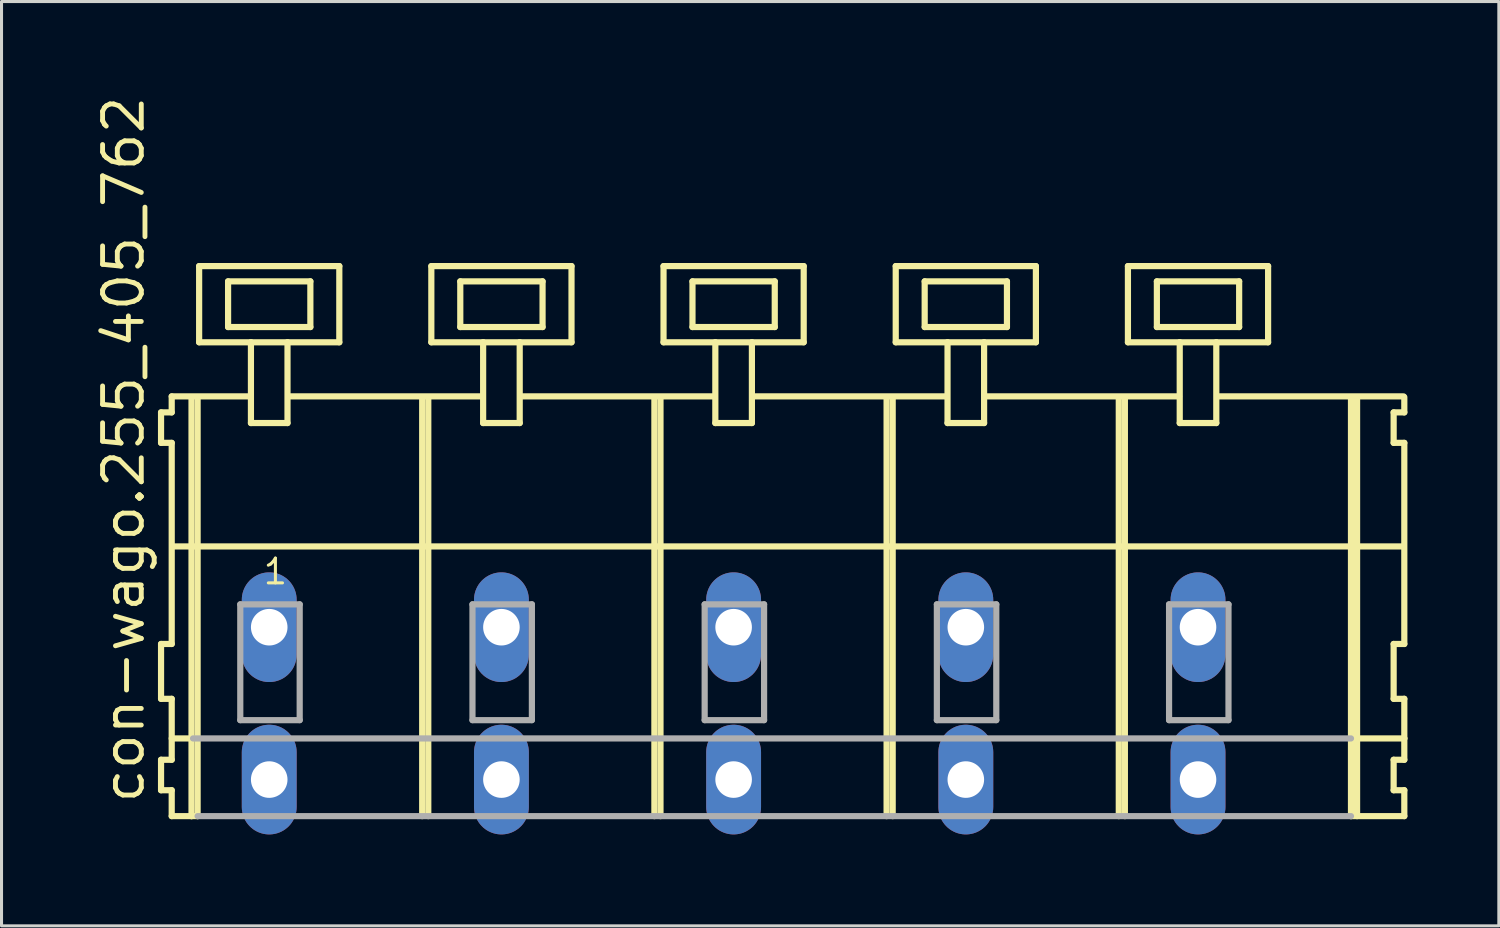
<source format=kicad_pcb>
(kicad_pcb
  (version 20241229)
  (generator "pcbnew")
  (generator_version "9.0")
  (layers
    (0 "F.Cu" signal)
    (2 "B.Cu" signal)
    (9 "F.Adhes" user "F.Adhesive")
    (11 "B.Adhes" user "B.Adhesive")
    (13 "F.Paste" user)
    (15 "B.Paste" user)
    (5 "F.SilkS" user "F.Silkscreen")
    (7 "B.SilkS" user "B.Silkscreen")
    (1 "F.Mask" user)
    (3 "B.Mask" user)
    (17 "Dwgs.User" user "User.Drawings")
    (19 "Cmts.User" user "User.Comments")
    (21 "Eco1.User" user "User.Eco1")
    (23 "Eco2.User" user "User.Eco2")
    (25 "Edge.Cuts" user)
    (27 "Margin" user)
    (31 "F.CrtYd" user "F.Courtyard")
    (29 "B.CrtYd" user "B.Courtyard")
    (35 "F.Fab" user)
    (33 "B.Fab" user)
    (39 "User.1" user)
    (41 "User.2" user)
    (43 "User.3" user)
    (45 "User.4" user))
  (footprint "con-wago.255_405_762"
    (layer "F.Cu")
    (at 18.485 17.533)
    (property "Reference" "con-wago.255_405_762" (at -16.735 5.855 90) (layer "F.SilkS") (effects (font (size 1.27 1.27) (thickness 0.16)) (justify left bottom)))
    (attr through_hole)
    (fp_line (start -16.25 -7.05) (end -16.25 -6.05) (stroke (width 0.203) (type default)) (layer "F.SilkS"))
    (fp_line (start -16.25 -6.05) (end -15.9 -6.05) (stroke (width 0.203) (type default)) (layer "F.SilkS"))
    (fp_line (start -16.25 0.55) (end -16.25 2.35) (stroke (width 0.203) (type default)) (layer "F.SilkS"))
    (fp_line (start -16.25 2.35) (end -15.9 2.35) (stroke (width 0.203) (type default)) (layer "F.SilkS"))
    (fp_line (start -16.25 4.35) (end -16.25 5.35) (stroke (width 0.203) (type default)) (layer "F.SilkS"))
    (fp_line (start -16.25 5.35) (end -15.9 5.35) (stroke (width 0.203) (type default)) (layer "F.SilkS"))
    (fp_line (start -15.9 -7.575) (end -15.9 -7.05) (stroke (width 0.203) (type default)) (layer "F.SilkS"))
    (fp_line (start -15.9 -7.575) (end -13.325 -7.575) (stroke (width 0.203) (type default)) (layer "F.SilkS"))
    (fp_line (start -15.9 -7.05) (end -16.25 -7.05) (stroke (width 0.203) (type default)) (layer "F.SilkS"))
    (fp_line (start -15.9 -6.05) (end -15.9 0.55) (stroke (width 0.203) (type default)) (layer "F.SilkS"))
    (fp_line (start -15.9 0.55) (end -16.25 0.55) (stroke (width 0.203) (type default)) (layer "F.SilkS"))
    (fp_line (start -15.9 2.35) (end -15.9 4.35) (stroke (width 0.203) (type default)) (layer "F.SilkS"))
    (fp_line (start -15.9 3.65) (end -15.2 3.65) (stroke (width 0.203) (type default)) (layer "F.SilkS"))
    (fp_line (start -15.9 4.35) (end -16.25 4.35) (stroke (width 0.203) (type default)) (layer "F.SilkS"))
    (fp_line (start -15.9 5.35) (end -15.9 6.2) (stroke (width 0.203) (type default)) (layer "F.SilkS"))
    (fp_line (start -15.9 6.2) (end -15.25 6.2) (stroke (width 0.203) (type default)) (layer "F.SilkS"))
    (fp_line (start -15.85 -2.65) (end 24.5 -2.65) (stroke (width 0.203) (type default)) (layer "F.SilkS"))
    (fp_line (start -15.25 -7.55) (end -15.25 6.2) (stroke (width 0.203) (type default)) (layer "F.SilkS"))
    (fp_line (start -15.25 6.2) (end -15.05 6.2) (stroke (width 0.203) (type default)) (layer "F.SilkS"))
    (fp_line (start -15.05 -7.55) (end -15.05 6.2) (stroke (width 0.203) (type default)) (layer "F.SilkS"))
    (fp_line (start -15 -11.85) (end -15 -9.35) (stroke (width 0.203) (type default)) (layer "F.SilkS"))
    (fp_line (start -15 -9.35) (end -13.3 -9.35) (stroke (width 0.203) (type default)) (layer "F.SilkS"))
    (fp_line (start -14.05 -11.35) (end -14.05 -9.85) (stroke (width 0.203) (type default)) (layer "F.SilkS"))
    (fp_line (start -14.05 -9.85) (end -11.35 -9.85) (stroke (width 0.203) (type default)) (layer "F.SilkS"))
    (fp_line (start -13.3 -9.35) (end -13.3 -6.7) (stroke (width 0.203) (type default)) (layer "F.SilkS"))
    (fp_line (start -13.3 -9.35) (end -12.1 -9.35) (stroke (width 0.203) (type default)) (layer "F.SilkS"))
    (fp_line (start -13.3 -6.7) (end -12.1 -6.7) (stroke (width 0.203) (type default)) (layer "F.SilkS"))
    (fp_line (start -12.1 -9.35) (end -10.4 -9.35) (stroke (width 0.203) (type default)) (layer "F.SilkS"))
    (fp_line (start -12.1 -6.7) (end -12.1 -9.35) (stroke (width 0.203) (type default)) (layer "F.SilkS"))
    (fp_line (start -12.075 -7.575) (end -5.701 -7.575) (stroke (width 0.203) (type default)) (layer "F.SilkS"))
    (fp_line (start -11.35 -11.35) (end -14.05 -11.35) (stroke (width 0.203) (type default)) (layer "F.SilkS"))
    (fp_line (start -11.35 -9.85) (end -11.35 -11.35) (stroke (width 0.203) (type default)) (layer "F.SilkS"))
    (fp_line (start -10.4 -11.85) (end -15 -11.85) (stroke (width 0.203) (type default)) (layer "F.SilkS"))
    (fp_line (start -10.4 -9.35) (end -10.4 -11.85) (stroke (width 0.203) (type default)) (layer "F.SilkS"))
    (fp_line (start -7.68 -7.55) (end -7.68 6.2) (stroke (width 0.203) (type default)) (layer "F.SilkS"))
    (fp_line (start -7.48 -7.55) (end -7.48 6.2) (stroke (width 0.203) (type default)) (layer "F.SilkS"))
    (fp_line (start -7.38 -11.85) (end -7.38 -9.35) (stroke (width 0.203) (type default)) (layer "F.SilkS"))
    (fp_line (start -7.38 -9.35) (end -5.68 -9.35) (stroke (width 0.203) (type default)) (layer "F.SilkS"))
    (fp_line (start -6.43 -11.35) (end -6.43 -9.85) (stroke (width 0.203) (type default)) (layer "F.SilkS"))
    (fp_line (start -6.43 -9.85) (end -3.73 -9.85) (stroke (width 0.203) (type default)) (layer "F.SilkS"))
    (fp_line (start -5.68 -9.35) (end -5.68 -6.7) (stroke (width 0.203) (type default)) (layer "F.SilkS"))
    (fp_line (start -5.68 -9.35) (end -4.48 -9.35) (stroke (width 0.203) (type default)) (layer "F.SilkS"))
    (fp_line (start -5.68 -6.7) (end -4.48 -6.7) (stroke (width 0.203) (type default)) (layer "F.SilkS"))
    (fp_line (start -4.48 -9.35) (end -2.78 -9.35) (stroke (width 0.203) (type default)) (layer "F.SilkS"))
    (fp_line (start -4.48 -6.7) (end -4.48 -9.35) (stroke (width 0.203) (type default)) (layer "F.SilkS"))
    (fp_line (start -4.455 -7.575) (end 1.919 -7.575) (stroke (width 0.203) (type default)) (layer "F.SilkS"))
    (fp_line (start -3.73 -11.35) (end -6.43 -11.35) (stroke (width 0.203) (type default)) (layer "F.SilkS"))
    (fp_line (start -3.73 -9.85) (end -3.73 -11.35) (stroke (width 0.203) (type default)) (layer "F.SilkS"))
    (fp_line (start -2.78 -11.85) (end -7.38 -11.85) (stroke (width 0.203) (type default)) (layer "F.SilkS"))
    (fp_line (start -2.78 -9.35) (end -2.78 -11.85) (stroke (width 0.203) (type default)) (layer "F.SilkS"))
    (fp_line (start -0.06 -7.55) (end -0.06 6.2) (stroke (width 0.203) (type default)) (layer "F.SilkS"))
    (fp_line (start 0.14 -7.55) (end 0.14 6.2) (stroke (width 0.203) (type default)) (layer "F.SilkS"))
    (fp_line (start 0.24 -11.85) (end 0.24 -9.35) (stroke (width 0.203) (type default)) (layer "F.SilkS"))
    (fp_line (start 0.24 -9.35) (end 1.94 -9.35) (stroke (width 0.203) (type default)) (layer "F.SilkS"))
    (fp_line (start 1.19 -11.35) (end 1.19 -9.85) (stroke (width 0.203) (type default)) (layer "F.SilkS"))
    (fp_line (start 1.19 -9.85) (end 3.89 -9.85) (stroke (width 0.203) (type default)) (layer "F.SilkS"))
    (fp_line (start 1.94 -9.35) (end 1.94 -6.7) (stroke (width 0.203) (type default)) (layer "F.SilkS"))
    (fp_line (start 1.94 -9.35) (end 3.14 -9.35) (stroke (width 0.203) (type default)) (layer "F.SilkS"))
    (fp_line (start 1.94 -6.7) (end 3.14 -6.7) (stroke (width 0.203) (type default)) (layer "F.SilkS"))
    (fp_line (start 3.14 -9.35) (end 4.84 -9.35) (stroke (width 0.203) (type default)) (layer "F.SilkS"))
    (fp_line (start 3.14 -6.7) (end 3.14 -9.35) (stroke (width 0.203) (type default)) (layer "F.SilkS"))
    (fp_line (start 3.165 -7.575) (end 9.539 -7.575) (stroke (width 0.203) (type default)) (layer "F.SilkS"))
    (fp_line (start 3.89 -11.35) (end 1.19 -11.35) (stroke (width 0.203) (type default)) (layer "F.SilkS"))
    (fp_line (start 3.89 -9.85) (end 3.89 -11.35) (stroke (width 0.203) (type default)) (layer "F.SilkS"))
    (fp_line (start 4.84 -11.85) (end 0.24 -11.85) (stroke (width 0.203) (type default)) (layer "F.SilkS"))
    (fp_line (start 4.84 -9.35) (end 4.84 -11.85) (stroke (width 0.203) (type default)) (layer "F.SilkS"))
    (fp_line (start 7.56 -7.55) (end 7.56 6.2) (stroke (width 0.203) (type default)) (layer "F.SilkS"))
    (fp_line (start 7.76 -7.55) (end 7.76 6.2) (stroke (width 0.203) (type default)) (layer "F.SilkS"))
    (fp_line (start 7.86 -11.85) (end 7.86 -9.35) (stroke (width 0.203) (type default)) (layer "F.SilkS"))
    (fp_line (start 7.86 -9.35) (end 9.56 -9.35) (stroke (width 0.203) (type default)) (layer "F.SilkS"))
    (fp_line (start 8.81 -11.35) (end 8.81 -9.85) (stroke (width 0.203) (type default)) (layer "F.SilkS"))
    (fp_line (start 8.81 -9.85) (end 11.51 -9.85) (stroke (width 0.203) (type default)) (layer "F.SilkS"))
    (fp_line (start 9.56 -9.35) (end 9.56 -6.7) (stroke (width 0.203) (type default)) (layer "F.SilkS"))
    (fp_line (start 9.56 -9.35) (end 10.76 -9.35) (stroke (width 0.203) (type default)) (layer "F.SilkS"))
    (fp_line (start 9.56 -6.7) (end 10.76 -6.7) (stroke (width 0.203) (type default)) (layer "F.SilkS"))
    (fp_line (start 10.76 -9.35) (end 12.46 -9.35) (stroke (width 0.203) (type default)) (layer "F.SilkS"))
    (fp_line (start 10.76 -6.7) (end 10.76 -9.35) (stroke (width 0.203) (type default)) (layer "F.SilkS"))
    (fp_line (start 10.785 -7.575) (end 17.159 -7.575) (stroke (width 0.203) (type default)) (layer "F.SilkS"))
    (fp_line (start 11.51 -11.35) (end 8.81 -11.35) (stroke (width 0.203) (type default)) (layer "F.SilkS"))
    (fp_line (start 11.51 -9.85) (end 11.51 -11.35) (stroke (width 0.203) (type default)) (layer "F.SilkS"))
    (fp_line (start 12.46 -11.85) (end 7.86 -11.85) (stroke (width 0.203) (type default)) (layer "F.SilkS"))
    (fp_line (start 12.46 -9.35) (end 12.46 -11.85) (stroke (width 0.203) (type default)) (layer "F.SilkS"))
    (fp_line (start 15.18 -7.55) (end 15.18 6.2) (stroke (width 0.203) (type default)) (layer "F.SilkS"))
    (fp_line (start 15.38 -7.55) (end 15.38 6.2) (stroke (width 0.203) (type default)) (layer "F.SilkS"))
    (fp_line (start 15.48 -11.85) (end 15.48 -9.35) (stroke (width 0.203) (type default)) (layer "F.SilkS"))
    (fp_line (start 15.48 -9.35) (end 17.18 -9.35) (stroke (width 0.203) (type default)) (layer "F.SilkS"))
    (fp_line (start 16.43 -11.35) (end 16.43 -9.85) (stroke (width 0.203) (type default)) (layer "F.SilkS"))
    (fp_line (start 16.43 -9.85) (end 19.13 -9.85) (stroke (width 0.203) (type default)) (layer "F.SilkS"))
    (fp_line (start 17.18 -9.35) (end 17.18 -6.7) (stroke (width 0.203) (type default)) (layer "F.SilkS"))
    (fp_line (start 17.18 -9.35) (end 18.38 -9.35) (stroke (width 0.203) (type default)) (layer "F.SilkS"))
    (fp_line (start 17.18 -6.7) (end 18.38 -6.7) (stroke (width 0.203) (type default)) (layer "F.SilkS"))
    (fp_line (start 18.38 -9.35) (end 20.08 -9.35) (stroke (width 0.203) (type default)) (layer "F.SilkS"))
    (fp_line (start 18.38 -6.7) (end 18.38 -9.35) (stroke (width 0.203) (type default)) (layer "F.SilkS"))
    (fp_line (start 18.405 -7.575) (end 24.525 -7.575) (stroke (width 0.203) (type default)) (layer "F.SilkS"))
    (fp_line (start 19.13 -11.35) (end 16.43 -11.35) (stroke (width 0.203) (type default)) (layer "F.SilkS"))
    (fp_line (start 19.13 -9.85) (end 19.13 -11.35) (stroke (width 0.203) (type default)) (layer "F.SilkS"))
    (fp_line (start 20.08 -11.85) (end 15.48 -11.85) (stroke (width 0.203) (type default)) (layer "F.SilkS"))
    (fp_line (start 20.08 -9.35) (end 20.08 -11.85) (stroke (width 0.203) (type default)) (layer "F.SilkS"))
    (fp_line (start 22.8 -7.55) (end 22.8 6.2) (stroke (width 0.203) (type default)) (layer "F.SilkS"))
    (fp_line (start 22.8 6.2) (end 24.55 6.2) (stroke (width 0.203) (type default)) (layer "F.SilkS"))
    (fp_line (start 22.85 3.65) (end 24.55 3.65) (stroke (width 0.203) (type default)) (layer "F.SilkS"))
    (fp_line (start 23 -7.55) (end 23 6.2) (stroke (width 0.203) (type default)) (layer "F.SilkS"))
    (fp_line (start 24.2 -7.05) (end 24.2 -6.05) (stroke (width 0.203) (type default)) (layer "F.SilkS"))
    (fp_line (start 24.2 -6.05) (end 24.55 -6.05) (stroke (width 0.203) (type default)) (layer "F.SilkS"))
    (fp_line (start 24.2 0.55) (end 24.2 2.35) (stroke (width 0.203) (type default)) (layer "F.SilkS"))
    (fp_line (start 24.2 2.35) (end 24.55 2.35) (stroke (width 0.203) (type default)) (layer "F.SilkS"))
    (fp_line (start 24.2 4.35) (end 24.2 5.35) (stroke (width 0.203) (type default)) (layer "F.SilkS"))
    (fp_line (start 24.2 5.35) (end 24.55 5.35) (stroke (width 0.203) (type default)) (layer "F.SilkS"))
    (fp_line (start 24.55 -7.05) (end 24.2 -7.05) (stroke (width 0.203) (type default)) (layer "F.SilkS"))
    (fp_line (start 24.55 -7.05) (end 24.55 -7.55) (stroke (width 0.203) (type default)) (layer "F.SilkS"))
    (fp_line (start 24.55 0.55) (end 24.2 0.55) (stroke (width 0.203) (type default)) (layer "F.SilkS"))
    (fp_line (start 24.55 0.55) (end 24.55 -6.05) (stroke (width 0.203) (type default)) (layer "F.SilkS"))
    (fp_line (start 24.55 3.65) (end 24.55 2.35) (stroke (width 0.203) (type default)) (layer "F.SilkS"))
    (fp_line (start 24.55 4.35) (end 24.2 4.35) (stroke (width 0.203) (type default)) (layer "F.SilkS"))
    (fp_line (start 24.55 4.35) (end 24.55 3.65) (stroke (width 0.203) (type default)) (layer "F.SilkS"))
    (fp_line (start 24.55 6.2) (end 24.55 5.35) (stroke (width 0.203) (type default)) (layer "F.SilkS"))
    (fp_line (start -15.2 3.65) (end 22.8 3.65) (stroke (width 0.203) (type default)) (layer "F.Fab"))
    (fp_line (start -15.05 6.2) (end 22.8 6.2) (stroke (width 0.203) (type default)) (layer "F.Fab"))
    (fp_line (start -13.65 -0.75) (end -13.65 3.05) (stroke (width 0.203) (type default)) (layer "F.Fab"))
    (fp_line (start -13.65 3.05) (end -11.7 3.05) (stroke (width 0.203) (type default)) (layer "F.Fab"))
    (fp_line (start -11.7 -0.75) (end -13.65 -0.75) (stroke (width 0.203) (type default)) (layer "F.Fab"))
    (fp_line (start -11.7 3.05) (end -11.7 -0.75) (stroke (width 0.203) (type default)) (layer "F.Fab"))
    (fp_line (start -6.03 -0.75) (end -6.03 3.05) (stroke (width 0.203) (type default)) (layer "F.Fab"))
    (fp_line (start -6.03 3.05) (end -4.08 3.05) (stroke (width 0.203) (type default)) (layer "F.Fab"))
    (fp_line (start -4.08 -0.75) (end -6.03 -0.75) (stroke (width 0.203) (type default)) (layer "F.Fab"))
    (fp_line (start -4.08 3.05) (end -4.08 -0.75) (stroke (width 0.203) (type default)) (layer "F.Fab"))
    (fp_line (start 1.59 -0.75) (end 1.59 3.05) (stroke (width 0.203) (type default)) (layer "F.Fab"))
    (fp_line (start 1.59 3.05) (end 3.54 3.05) (stroke (width 0.203) (type default)) (layer "F.Fab"))
    (fp_line (start 3.54 -0.75) (end 1.59 -0.75) (stroke (width 0.203) (type default)) (layer "F.Fab"))
    (fp_line (start 3.54 3.05) (end 3.54 -0.75) (stroke (width 0.203) (type default)) (layer "F.Fab"))
    (fp_line (start 9.21 -0.75) (end 9.21 3.05) (stroke (width 0.203) (type default)) (layer "F.Fab"))
    (fp_line (start 9.21 3.05) (end 11.16 3.05) (stroke (width 0.203) (type default)) (layer "F.Fab"))
    (fp_line (start 11.16 -0.75) (end 9.21 -0.75) (stroke (width 0.203) (type default)) (layer "F.Fab"))
    (fp_line (start 11.16 3.05) (end 11.16 -0.75) (stroke (width 0.203) (type default)) (layer "F.Fab"))
    (fp_line (start 16.83 -0.75) (end 16.83 3.05) (stroke (width 0.203) (type default)) (layer "F.Fab"))
    (fp_line (start 16.83 3.05) (end 18.78 3.05) (stroke (width 0.203) (type default)) (layer "F.Fab"))
    (fp_line (start 18.78 -0.75) (end 16.83 -0.75) (stroke (width 0.203) (type default)) (layer "F.Fab"))
    (fp_line (start 18.78 3.05) (end 18.78 -0.75) (stroke (width 0.203) (type default)) (layer "F.Fab"))
    (fp_text user "1" (at -12.95 -1.35 0) (layer "F.SilkS") (effects (font (size 0.813 0.813) (thickness 0.1)) (justify left bottom)))
    (pad "A1" thru_hole oval (at -12.7 0 90) (size 3.6 1.8) (drill 1.2) (layers "*.Cu" "*.Mask"))
    (pad "A2" thru_hole oval (at -5.08 0 90) (size 3.6 1.8) (drill 1.2) (layers "*.Cu" "*.Mask"))
    (pad "A3" thru_hole oval (at 2.54 0 90) (size 3.6 1.8) (drill 1.2) (layers "*.Cu" "*.Mask"))
    (pad "A4" thru_hole oval (at 10.16 0 90) (size 3.6 1.8) (drill 1.2) (layers "*.Cu" "*.Mask"))
    (pad "A5" thru_hole oval (at 17.78 0 90) (size 3.6 1.8) (drill 1.2) (layers "*.Cu" "*.Mask"))
    (pad "B1" thru_hole oval (at -12.7 5 90) (size 3.6 1.8) (drill 1.2) (layers "*.Cu" "*.Mask"))
    (pad "B2" thru_hole oval (at -5.08 5 90) (size 3.6 1.8) (drill 1.2) (layers "*.Cu" "*.Mask"))
    (pad "B3" thru_hole oval (at 2.54 5 90) (size 3.6 1.8) (drill 1.2) (layers "*.Cu" "*.Mask"))
    (pad "B4" thru_hole oval (at 10.16 5 90) (size 3.6 1.8) (drill 1.2) (layers "*.Cu" "*.Mask"))
    (pad "B5" thru_hole oval (at 17.78 5 90) (size 3.6 1.8) (drill 1.2) (layers "*.Cu" "*.Mask")))
  (gr_rect
    (start -3 -3)
    (end 46.137 27.333)
    (stroke (width 0.1) (type default))
    (fill no)
    (layer "Edge.Cuts")))
</source>
